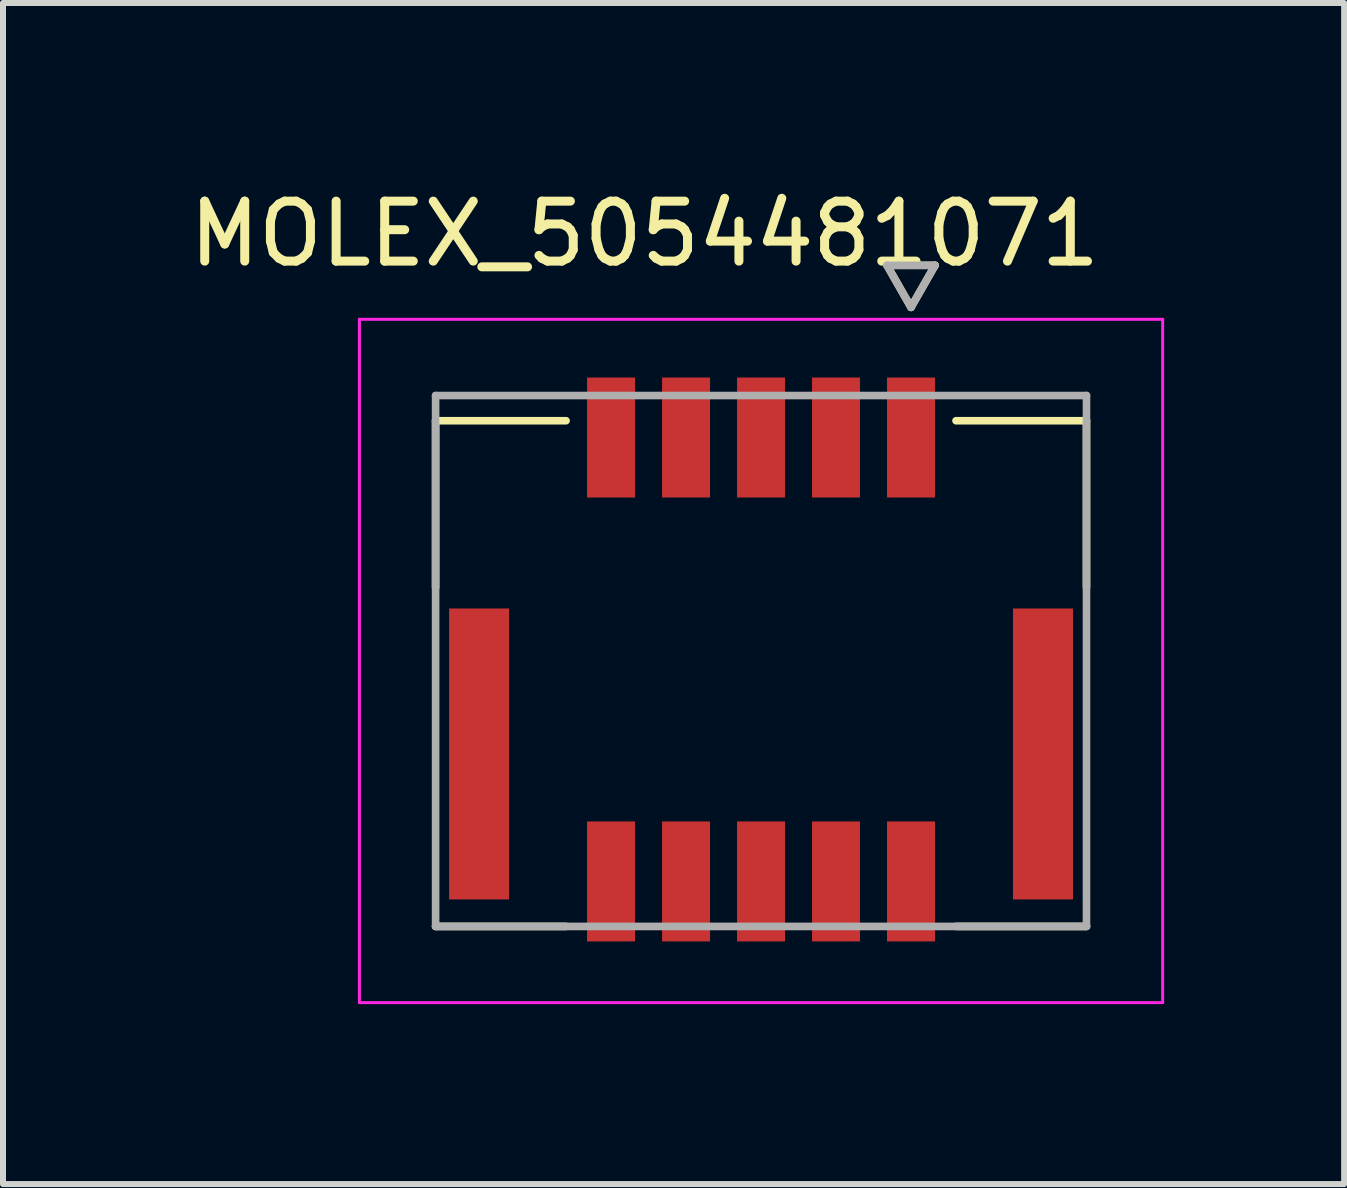
<source format=kicad_pcb>
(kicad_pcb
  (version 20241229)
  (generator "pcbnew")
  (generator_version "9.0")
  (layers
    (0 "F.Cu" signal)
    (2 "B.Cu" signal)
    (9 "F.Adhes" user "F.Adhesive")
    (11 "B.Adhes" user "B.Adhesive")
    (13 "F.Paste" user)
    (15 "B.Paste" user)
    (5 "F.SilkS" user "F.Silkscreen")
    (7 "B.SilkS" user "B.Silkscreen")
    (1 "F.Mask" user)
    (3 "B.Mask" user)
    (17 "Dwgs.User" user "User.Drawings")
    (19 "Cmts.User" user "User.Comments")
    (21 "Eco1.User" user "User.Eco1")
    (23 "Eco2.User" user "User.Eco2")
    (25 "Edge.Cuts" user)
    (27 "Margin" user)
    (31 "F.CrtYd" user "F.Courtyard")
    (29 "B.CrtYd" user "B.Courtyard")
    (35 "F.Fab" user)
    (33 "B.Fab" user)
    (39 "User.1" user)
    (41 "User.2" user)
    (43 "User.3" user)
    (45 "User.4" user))
  (footprint "MOLEX_5054481071"
    (layer "F.Cu")
    (at 9.636 7.968)
    (property "Reference" "MOLEX_5054481071" (at -1.94 -7.12 0) (layer "F.SilkS") (effects (font (size 1 1) (thickness 0.15))))
    (attr smd)
    (fp_poly (pts (xy -5.276 -0.951) (xy -4.124 -0.951) (xy -4.124 4.051) (xy -5.276 4.051)) (stroke (width 0.01) (type solid)) (fill yes) (layer "F.Mask"))
    (fp_poly (pts (xy -2.976 -4.801) (xy -2.024 -4.801) (xy -2.024 -2.649) (xy -2.976 -2.649)) (stroke (width 0.01) (type solid)) (fill yes) (layer "F.Mask"))
    (fp_poly (pts (xy -2.976 2.599) (xy -2.024 2.599) (xy -2.024 4.751) (xy -2.976 4.751)) (stroke (width 0.01) (type solid)) (fill yes) (layer "F.Mask"))
    (fp_poly (pts (xy -1.726 -4.801) (xy -0.774 -4.801) (xy -0.774 -2.649) (xy -1.726 -2.649)) (stroke (width 0.01) (type solid)) (fill yes) (layer "F.Mask"))
    (fp_poly (pts (xy -1.726 2.599) (xy -0.774 2.599) (xy -0.774 4.751) (xy -1.726 4.751)) (stroke (width 0.01) (type solid)) (fill yes) (layer "F.Mask"))
    (fp_poly (pts (xy -0.476 -4.801) (xy 0.476 -4.801) (xy 0.476 -2.649) (xy -0.476 -2.649)) (stroke (width 0.01) (type solid)) (fill yes) (layer "F.Mask"))
    (fp_poly (pts (xy -0.476 2.599) (xy 0.476 2.599) (xy 0.476 4.751) (xy -0.476 4.751)) (stroke (width 0.01) (type solid)) (fill yes) (layer "F.Mask"))
    (fp_poly (pts (xy 0.774 -4.801) (xy 1.726 -4.801) (xy 1.726 -2.649) (xy 0.774 -2.649)) (stroke (width 0.01) (type solid)) (fill yes) (layer "F.Mask"))
    (fp_poly (pts (xy 0.774 2.599) (xy 1.726 2.599) (xy 1.726 4.751) (xy 0.774 4.751)) (stroke (width 0.01) (type solid)) (fill yes) (layer "F.Mask"))
    (fp_poly (pts (xy 2.024 -4.801) (xy 2.976 -4.801) (xy 2.976 -2.649) (xy 2.024 -2.649)) (stroke (width 0.01) (type solid)) (fill yes) (layer "F.Mask"))
    (fp_poly (pts (xy 2.024 2.599) (xy 2.976 2.599) (xy 2.976 4.751) (xy 2.024 4.751)) (stroke (width 0.01) (type solid)) (fill yes) (layer "F.Mask"))
    (fp_poly (pts (xy 4.124 -0.951) (xy 5.276 -0.951) (xy 5.276 4.051) (xy 4.124 4.051)) (stroke (width 0.01) (type solid)) (fill yes) (layer "F.Mask"))
    (fp_line (start -5.425 -1.225) (end -5.425 -4.005) (stroke (width 0.127) (type solid)) (layer "F.SilkS"))
    (fp_line (start -3.25 -4.005) (end -5.425 -4.005) (stroke (width 0.127) (type solid)) (layer "F.SilkS"))
    (fp_line (start -3.25 4.425) (end -5.425 4.425) (stroke (width 0.127) (type solid)) (layer "F.SilkS"))
    (fp_line (start 2.1 -6.595) (end 2.5 -5.895) (stroke (width 0.127) (type solid)) (layer "F.SilkS"))
    (fp_line (start 2.5 -5.895) (end 2.9 -6.595) (stroke (width 0.127) (type solid)) (layer "F.SilkS"))
    (fp_line (start 2.9 -6.595) (end 2.1 -6.595) (stroke (width 0.127) (type solid)) (layer "F.SilkS"))
    (fp_line (start 5.425 -4.005) (end 3.25 -4.005) (stroke (width 0.127) (type solid)) (layer "F.SilkS"))
    (fp_line (start 5.425 -4.005) (end 5.425 -1.225) (stroke (width 0.127) (type solid)) (layer "F.SilkS"))
    (fp_line (start 5.425 4.425) (end 3.25 4.425) (stroke (width 0.127) (type solid)) (layer "F.SilkS"))
    (fp_line (start -6.695 -5.695) (end 6.695 -5.695) (stroke (width 0.05) (type solid)) (layer "F.CrtYd"))
    (fp_line (start -6.695 5.695) (end -6.695 -5.695) (stroke (width 0.05) (type solid)) (layer "F.CrtYd"))
    (fp_line (start -6.695 5.695) (end 6.695 5.695) (stroke (width 0.05) (type solid)) (layer "F.CrtYd"))
    (fp_line (start 6.695 -5.695) (end 6.695 5.695) (stroke (width 0.05) (type solid)) (layer "F.CrtYd"))
    (fp_line (start -5.425 -4.425) (end 5.425 -4.425) (stroke (width 0.127) (type solid)) (layer "F.Fab"))
    (fp_line (start -5.425 4.425) (end -5.425 -4.425) (stroke (width 0.127) (type solid)) (layer "F.Fab"))
    (fp_line (start 2.1 -6.595) (end 2.5 -5.895) (stroke (width 0.127) (type solid)) (layer "F.Fab"))
    (fp_line (start 2.5 -5.895) (end 2.9 -6.595) (stroke (width 0.127) (type solid)) (layer "F.Fab"))
    (fp_line (start 2.9 -6.595) (end 2.1 -6.595) (stroke (width 0.127) (type solid)) (layer "F.Fab"))
    (fp_line (start 5.425 -4.425) (end 5.425 4.425) (stroke (width 0.127) (type solid)) (layer "F.Fab"))
    (fp_line (start 5.425 4.425) (end -5.425 4.425) (stroke (width 0.127) (type solid)) (layer "F.Fab"))
    (pad "1" smd rect (at 2.5 -3.725) (size 0.8 2) (layers "F.Cu" "F.Paste"))
    (pad "2" smd rect (at 2.5 3.675) (size 0.8 2) (layers "F.Cu" "F.Paste"))
    (pad "3" smd rect (at 1.25 -3.725) (size 0.8 2) (layers "F.Cu" "F.Paste"))
    (pad "4" smd rect (at 1.25 3.675) (size 0.8 2) (layers "F.Cu" "F.Paste"))
    (pad "5" smd rect (at 0 -3.725) (size 0.8 2) (layers "F.Cu" "F.Paste"))
    (pad "6" smd rect (at 0 3.675) (size 0.8 2) (layers "F.Cu" "F.Paste"))
    (pad "7" smd rect (at -1.25 -3.725) (size 0.8 2) (layers "F.Cu" "F.Paste"))
    (pad "8" smd rect (at -1.25 3.675) (size 0.8 2) (layers "F.Cu" "F.Paste"))
    (pad "9" smd rect (at -2.5 -3.725) (size 0.8 2) (layers "F.Cu" "F.Paste"))
    (pad "10" smd rect (at -2.5 3.675) (size 0.8 2) (layers "F.Cu" "F.Paste"))
    (pad "S1" smd rect (at -4.7 1.55) (size 1 4.85) (layers "F.Cu" "F.Paste"))
    (pad "S2" smd rect (at 4.7 1.55) (size 1 4.85) (layers "F.Cu" "F.Paste"))
    (zone (net_name "") (layer "F.Cu") (hatch full 0.508) (connect_pads) (min_thickness 0.01) (filled_areas_thickness no) (keepout (tracks not_allowed) (vias not_allowed) (pads not_allowed) (copperpour not_allowed) (footprints allowed)) (placement (enabled no)) (fill) (polygon (pts (xy 3.736 7.093) (xy 5.436 7.093) (xy 5.436 12.943) (xy 6.736 12.943) (xy 6.736 10.643) (xy 12.536 10.643) (xy 12.536 12.943) (xy 13.836 12.943) (xy 13.836 7.093) (xy 15.536 7.093) (xy 15.536 4.443) (xy 12.536 4.443) (xy 12.536 5.243) (xy 6.736 5.243) (xy 6.736 4.443) (xy 3.736 4.443))))
    (zone (net_name "") (layers "F.Cu" "B.Cu") (hatch full 0.508) (connect_pads) (min_thickness 0.01) (filled_areas_thickness no) (keepout (tracks allowed) (vias not_allowed) (pads allowed) (copperpour allowed) (footprints allowed)) (placement (enabled no)) (fill) (polygon (pts (xy 3.736 7.093) (xy 5.436 7.093) (xy 5.436 12.943) (xy 6.736 12.943) (xy 6.736 10.643) (xy 12.536 10.643) (xy 12.536 12.943) (xy 13.836 12.943) (xy 13.836 7.093) (xy 15.536 7.093) (xy 15.536 4.443) (xy 12.536 4.443) (xy 12.536 5.243) (xy 6.736 5.243) (xy 6.736 4.443) (xy 3.736 4.443)))))
  (gr_rect
    (start -3 -3)
    (end 19.356 16.688)
    (stroke (width 0.1) (type default))
    (fill no)
    (layer "Edge.Cuts")))
</source>
